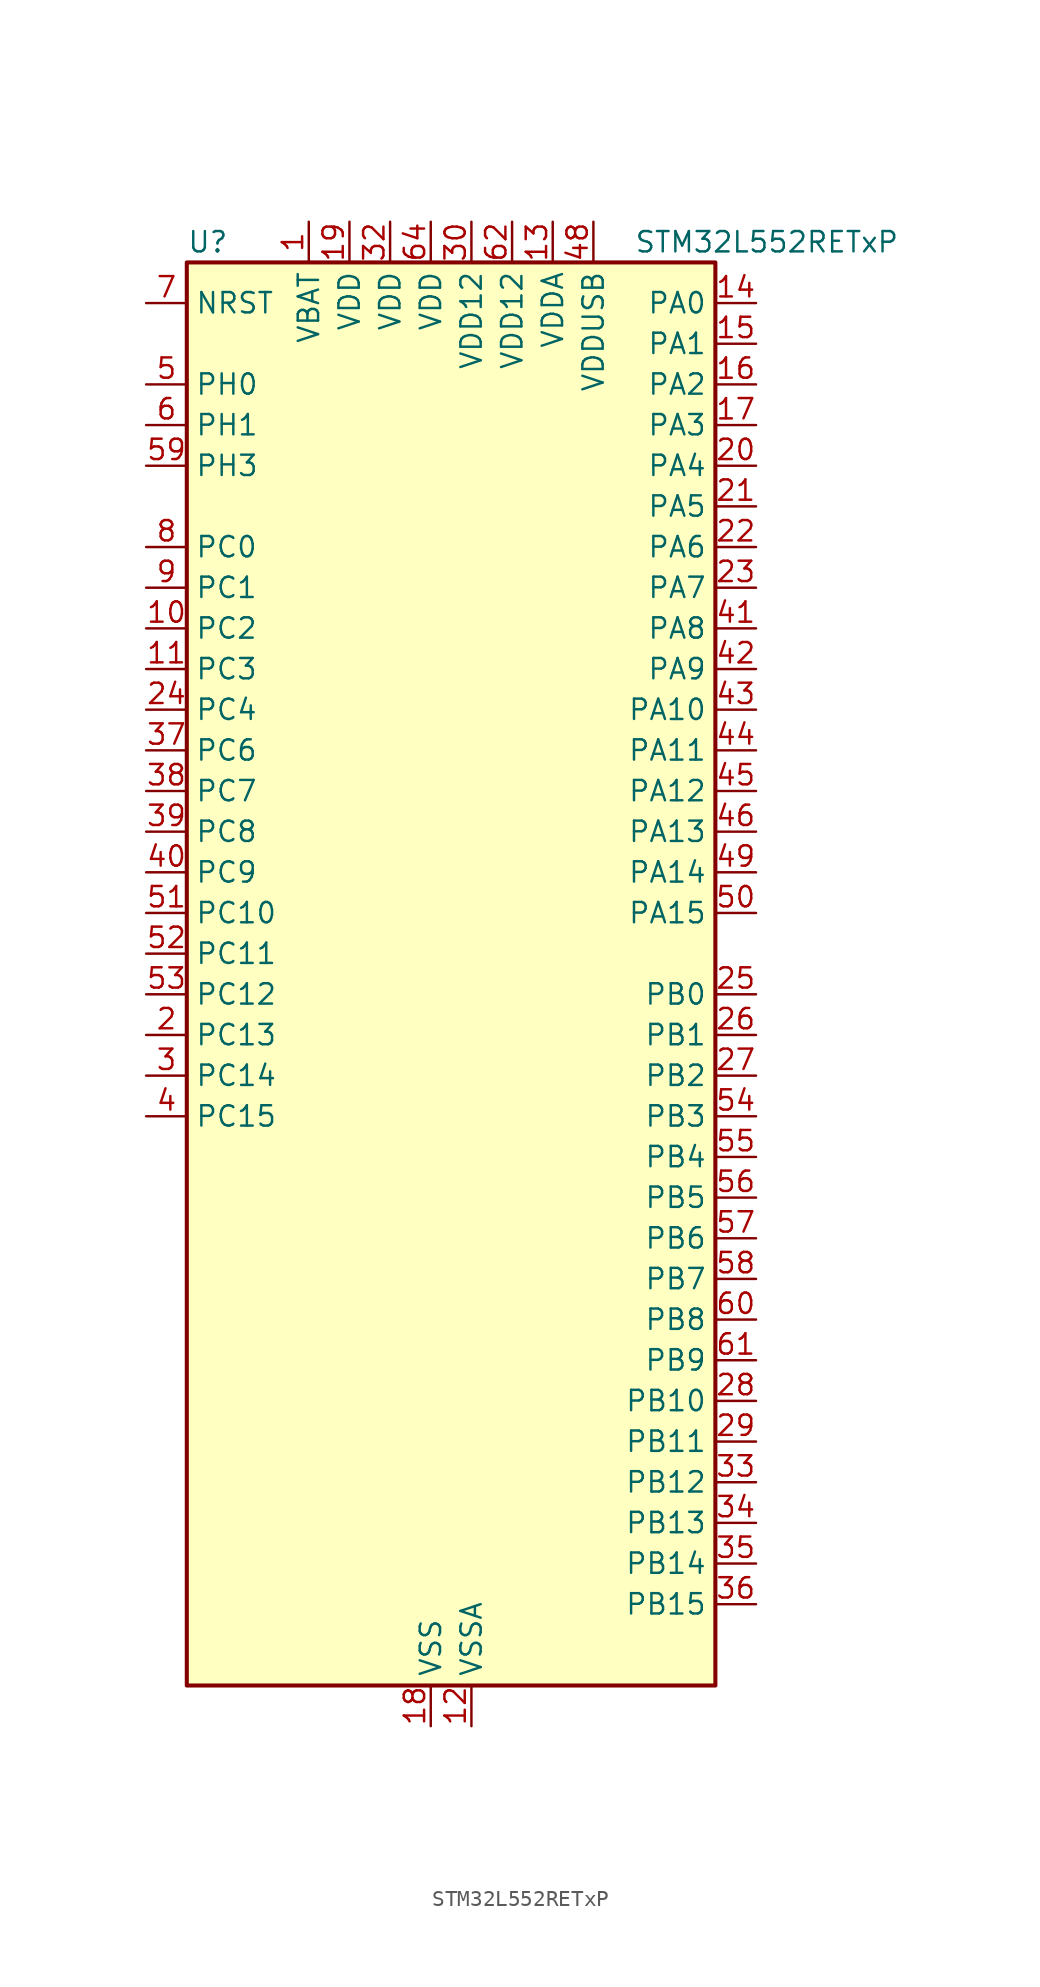
<source format=kicad_sym>
(kicad_symbol_lib
  (version 20220914)
  (generator kicad_symbol_editor)
  (symbol "STM32L552RETxP"
    (property "Reference" "U"
      (at -15.24 46.99 0)
      (effects (font (size 1.27 1.27)) (justify left)))
    (property "Value" "STM32L552RETxP"
      (at 12.7 46.99 0)
      (effects (font (size 1.27 1.27)) (justify left)))
    (property "ki_locked" ""
      (at 0 0 0)
      (effects (font (size 1.27 1.27))))
    (symbol "STM32L552RETxP_0_1"
      (rectangle (start -15.24 -43.18) (end 17.78 45.72) (stroke (width 0.254) (type default)) (fill (type background))))
    (symbol "STM32L552RETxP_1_1"
      (pin power_in line (at -7.62 48.26 270) (length 2.54) (name "VBAT" (effects (font (size 1.27 1.27)))) (number "1" (effects (font (size 1.27 1.27)))))
      (pin bidirectional line (at -17.78 22.86 0) (length 2.54) (name "PC2" (effects (font (size 1.27 1.27)))) (number "10" (effects (font (size 1.27 1.27)))) (alternate "ADC1_IN3" bidirectional line) (alternate "ADC2_IN3" bidirectional line) (alternate "DFSDM1_CKOUT" bidirectional line) (alternate "LPTIM1_IN2" bidirectional line) (alternate "OCTOSPI1_IO5" bidirectional line) (alternate "SPI2_MISO" bidirectional line))
      (pin bidirectional line (at -17.78 20.32 0) (length 2.54) (name "PC3" (effects (font (size 1.27 1.27)))) (number "11" (effects (font (size 1.27 1.27)))) (alternate "ADC1_IN4" bidirectional line) (alternate "ADC2_IN4" bidirectional line) (alternate "LPTIM1_ETR" bidirectional line) (alternate "LPTIM2_ETR" bidirectional line) (alternate "LPTIM3_OUT" bidirectional line) (alternate "OCTOSPI1_IO6" bidirectional line) (alternate "SAI1_D1" bidirectional line) (alternate "SAI1_SD_A" bidirectional line) (alternate "SPI2_MOSI" bidirectional line))
      (pin power_in line (at 2.54 -45.72 90) (length 2.54) (name "VSSA" (effects (font (size 1.27 1.27)))) (number "12" (effects (font (size 1.27 1.27)))))
      (pin power_in line (at 7.62 48.26 270) (length 2.54) (name "VDDA" (effects (font (size 1.27 1.27)))) (number "13" (effects (font (size 1.27 1.27)))))
      (pin bidirectional line (at 20.32 43.18 180) (length 2.54) (name "PA0" (effects (font (size 1.27 1.27)))) (number "14" (effects (font (size 1.27 1.27)))) (alternate "ADC1_IN5" bidirectional line) (alternate "ADC2_IN5" bidirectional line) (alternate "OPAMP1_VINP" bidirectional line) (alternate "PWR_WKUP1" bidirectional line) (alternate "SAI1_EXTCLK" bidirectional line) (alternate "TAMP_IN2" bidirectional line) (alternate "TAMP_OUT1" bidirectional line) (alternate "TIM2_CH1" bidirectional line) (alternate "TIM2_ETR" bidirectional line) (alternate "TIM5_CH1" bidirectional line) (alternate "TIM8_ETR" bidirectional line) (alternate "UART4_TX" bidirectional line) (alternate "USART2_CTS" bidirectional line) (alternate "USART2_NSS" bidirectional line))
      (pin bidirectional line (at 20.32 40.64 180) (length 2.54) (name "PA1" (effects (font (size 1.27 1.27)))) (number "15" (effects (font (size 1.27 1.27)))) (alternate "ADC1_IN6" bidirectional line) (alternate "ADC2_IN6" bidirectional line) (alternate "I2C1_SMBA" bidirectional line) (alternate "OCTOSPI1_DQS" bidirectional line) (alternate "OPAMP1_VINM" bidirectional line) (alternate "SPI1_SCK" bidirectional line) (alternate "TAMP_IN5" bidirectional line) (alternate "TAMP_OUT4" bidirectional line) (alternate "TIM15_CH1N" bidirectional line) (alternate "TIM2_CH2" bidirectional line) (alternate "TIM5_CH2" bidirectional line) (alternate "UART4_RX" bidirectional line) (alternate "USART2_DE" bidirectional line) (alternate "USART2_RTS" bidirectional line))
      (pin bidirectional line (at 20.32 38.1 180) (length 2.54) (name "PA2" (effects (font (size 1.27 1.27)))) (number "16" (effects (font (size 1.27 1.27)))) (alternate "ADC1_IN7" bidirectional line) (alternate "ADC2_IN7" bidirectional line) (alternate "COMP1_INP" bidirectional line) (alternate "LPUART1_TX" bidirectional line) (alternate "OCTOSPI1_NCS" bidirectional line) (alternate "PWR_WKUP4" bidirectional line) (alternate "RCC_LSCO" bidirectional line) (alternate "SAI2_EXTCLK" bidirectional line) (alternate "TIM15_CH1" bidirectional line) (alternate "TIM2_CH3" bidirectional line) (alternate "TIM5_CH3" bidirectional line) (alternate "UCPD1_FRSTX1" bidirectional line) (alternate "USART2_TX" bidirectional line))
      (pin bidirectional line (at 20.32 35.56 180) (length 2.54) (name "PA3" (effects (font (size 1.27 1.27)))) (number "17" (effects (font (size 1.27 1.27)))) (alternate "ADC1_IN8" bidirectional line) (alternate "ADC2_IN8" bidirectional line) (alternate "LPUART1_RX" bidirectional line) (alternate "OCTOSPI1_CLK" bidirectional line) (alternate "OPAMP1_VOUT" bidirectional line) (alternate "SAI1_CK1" bidirectional line) (alternate "SAI1_MCLK_A" bidirectional line) (alternate "TIM15_CH2" bidirectional line) (alternate "TIM2_CH4" bidirectional line) (alternate "TIM5_CH4" bidirectional line) (alternate "USART2_RX" bidirectional line))
      (pin power_in line (at 0 -45.72 90) (length 2.54) (name "VSS" (effects (font (size 1.27 1.27)))) (number "18" (effects (font (size 1.27 1.27)))))
      (pin power_in line (at -5.08 48.26 270) (length 2.54) (name "VDD" (effects (font (size 1.27 1.27)))) (number "19" (effects (font (size 1.27 1.27)))))
      (pin bidirectional line (at -17.78 -2.54 0) (length 2.54) (name "PC13" (effects (font (size 1.27 1.27)))) (number "2" (effects (font (size 1.27 1.27)))) (alternate "PWR_WKUP2" bidirectional line) (alternate "RTC_OUT1" bidirectional line) (alternate "RTC_TS" bidirectional line) (alternate "TAMP_IN1" bidirectional line) (alternate "TAMP_OUT2" bidirectional line))
      (pin bidirectional line (at 20.32 33.02 180) (length 2.54) (name "PA4" (effects (font (size 1.27 1.27)))) (number "20" (effects (font (size 1.27 1.27)))) (alternate "ADC1_IN9" bidirectional line) (alternate "ADC2_IN9" bidirectional line) (alternate "DAC1_OUT1" bidirectional line) (alternate "LPTIM2_OUT" bidirectional line) (alternate "OCTOSPI1_NCS" bidirectional line) (alternate "SAI1_FS_B" bidirectional line) (alternate "SPI1_NSS" bidirectional line) (alternate "SPI3_NSS" bidirectional line) (alternate "USART2_CK" bidirectional line))
      (pin bidirectional line (at 20.32 30.48 180) (length 2.54) (name "PA5" (effects (font (size 1.27 1.27)))) (number "21" (effects (font (size 1.27 1.27)))) (alternate "ADC1_IN10" bidirectional line) (alternate "ADC2_IN10" bidirectional line) (alternate "DAC1_OUT2" bidirectional line) (alternate "LPTIM2_ETR" bidirectional line) (alternate "SPI1_SCK" bidirectional line) (alternate "TIM2_CH1" bidirectional line) (alternate "TIM2_ETR" bidirectional line) (alternate "TIM8_CH1N" bidirectional line))
      (pin bidirectional line (at 20.32 27.94 180) (length 2.54) (name "PA6" (effects (font (size 1.27 1.27)))) (number "22" (effects (font (size 1.27 1.27)))) (alternate "ADC1_IN11" bidirectional line) (alternate "ADC2_IN11" bidirectional line) (alternate "LPUART1_CTS" bidirectional line) (alternate "OCTOSPI1_IO3" bidirectional line) (alternate "OPAMP2_VINP" bidirectional line) (alternate "SPI1_MISO" bidirectional line) (alternate "TIM16_CH1" bidirectional line) (alternate "TIM1_BKIN" bidirectional line) (alternate "TIM3_CH1" bidirectional line) (alternate "TIM8_BKIN" bidirectional line) (alternate "USART3_CTS" bidirectional line) (alternate "USART3_NSS" bidirectional line))
      (pin bidirectional line (at 20.32 25.4 180) (length 2.54) (name "PA7" (effects (font (size 1.27 1.27)))) (number "23" (effects (font (size 1.27 1.27)))) (alternate "ADC1_IN12" bidirectional line) (alternate "ADC2_IN12" bidirectional line) (alternate "I2C3_SCL" bidirectional line) (alternate "OCTOSPI1_IO2" bidirectional line) (alternate "OPAMP2_VINM" bidirectional line) (alternate "SPI1_MOSI" bidirectional line) (alternate "TIM17_CH1" bidirectional line) (alternate "TIM1_CH1N" bidirectional line) (alternate "TIM3_CH2" bidirectional line) (alternate "TIM8_CH1N" bidirectional line))
      (pin bidirectional line (at -17.78 17.78 0) (length 2.54) (name "PC4" (effects (font (size 1.27 1.27)))) (number "24" (effects (font (size 1.27 1.27)))) (alternate "ADC1_IN13" bidirectional line) (alternate "ADC2_IN13" bidirectional line) (alternate "COMP1_INM" bidirectional line) (alternate "OCTOSPI1_IO7" bidirectional line) (alternate "USART3_TX" bidirectional line))
      (pin bidirectional line (at 20.32 0 180) (length 2.54) (name "PB0" (effects (font (size 1.27 1.27)))) (number "25" (effects (font (size 1.27 1.27)))) (alternate "ADC1_IN15" bidirectional line) (alternate "ADC2_IN15" bidirectional line) (alternate "COMP1_OUT" bidirectional line) (alternate "OCTOSPI1_IO1" bidirectional line) (alternate "OPAMP2_VOUT" bidirectional line) (alternate "SAI1_EXTCLK" bidirectional line) (alternate "SPI1_NSS" bidirectional line) (alternate "TIM1_CH2N" bidirectional line) (alternate "TIM3_CH3" bidirectional line) (alternate "TIM8_CH2N" bidirectional line) (alternate "USART3_CK" bidirectional line))
      (pin bidirectional line (at 20.32 -2.54 180) (length 2.54) (name "PB1" (effects (font (size 1.27 1.27)))) (number "26" (effects (font (size 1.27 1.27)))) (alternate "ADC1_IN16" bidirectional line) (alternate "ADC2_IN16" bidirectional line) (alternate "COMP1_INM" bidirectional line) (alternate "DFSDM1_DATIN0" bidirectional line) (alternate "LPTIM2_IN1" bidirectional line) (alternate "LPUART1_DE" bidirectional line) (alternate "LPUART1_RTS" bidirectional line) (alternate "OCTOSPI1_IO0" bidirectional line) (alternate "TIM1_CH3N" bidirectional line) (alternate "TIM3_CH4" bidirectional line) (alternate "TIM8_CH3N" bidirectional line) (alternate "USART3_DE" bidirectional line) (alternate "USART3_RTS" bidirectional line))
      (pin bidirectional line (at 20.32 -5.08 180) (length 2.54) (name "PB2" (effects (font (size 1.27 1.27)))) (number "27" (effects (font (size 1.27 1.27)))) (alternate "COMP1_INP" bidirectional line) (alternate "DFSDM1_CKIN0" bidirectional line) (alternate "I2C3_SMBA" bidirectional line) (alternate "LPTIM1_OUT" bidirectional line) (alternate "OCTOSPI1_DQS" bidirectional line) (alternate "RTC_OUT2" bidirectional line) (alternate "UCPD1_FRSTX1" bidirectional line))
      (pin bidirectional line (at 20.32 -25.4 180) (length 2.54) (name "PB10" (effects (font (size 1.27 1.27)))) (number "28" (effects (font (size 1.27 1.27)))) (alternate "COMP1_OUT" bidirectional line) (alternate "I2C2_SCL" bidirectional line) (alternate "I2C4_SCL" bidirectional line) (alternate "LPTIM3_OUT" bidirectional line) (alternate "LPUART1_RX" bidirectional line) (alternate "OCTOSPI1_CLK" bidirectional line) (alternate "SAI1_SCK_A" bidirectional line) (alternate "SPI2_SCK" bidirectional line) (alternate "TIM2_CH3" bidirectional line) (alternate "TSC_SYNC" bidirectional line) (alternate "USART3_TX" bidirectional line))
      (pin bidirectional line (at 20.32 -27.94 180) (length 2.54) (name "PB11" (effects (font (size 1.27 1.27)))) (number "29" (effects (font (size 1.27 1.27)))) (alternate "ADC1_EXTI11" bidirectional line) (alternate "ADC2_EXTI11" bidirectional line) (alternate "COMP2_OUT" bidirectional line) (alternate "I2C2_SDA" bidirectional line) (alternate "I2C4_SDA" bidirectional line) (alternate "LPUART1_TX" bidirectional line) (alternate "OCTOSPI1_NCS" bidirectional line) (alternate "TIM2_CH4" bidirectional line) (alternate "USART3_RX" bidirectional line))
      (pin bidirectional line (at -17.78 -5.08 0) (length 2.54) (name "PC14" (effects (font (size 1.27 1.27)))) (number "3" (effects (font (size 1.27 1.27)))) (alternate "RCC_OSC32_IN" bidirectional line))
      (pin power_in line (at 2.54 48.26 270) (length 2.54) (name "VDD12" (effects (font (size 1.27 1.27)))) (number "30" (effects (font (size 1.27 1.27)))))
      (pin passive line (at 0 -45.72 90) (length 2.54) hide (name "VSS" (effects (font (size 1.27 1.27)))) (number "31" (effects (font (size 1.27 1.27)))))
      (pin power_in line (at -2.54 48.26 270) (length 2.54) (name "VDD" (effects (font (size 1.27 1.27)))) (number "32" (effects (font (size 1.27 1.27)))))
      (pin bidirectional line (at 20.32 -30.48 180) (length 2.54) (name "PB12" (effects (font (size 1.27 1.27)))) (number "33" (effects (font (size 1.27 1.27)))) (alternate "DFSDM1_DATIN1" bidirectional line) (alternate "I2C2_SMBA" bidirectional line) (alternate "LPUART1_DE" bidirectional line) (alternate "LPUART1_RTS" bidirectional line) (alternate "OCTOSPI1_NCLK" bidirectional line) (alternate "SAI2_FS_A" bidirectional line) (alternate "SPI2_NSS" bidirectional line) (alternate "TIM15_BKIN" bidirectional line) (alternate "TIM1_BKIN" bidirectional line) (alternate "TSC_G1_IO1" bidirectional line) (alternate "USART3_CK" bidirectional line))
      (pin bidirectional line (at 20.32 -33.02 180) (length 2.54) (name "PB13" (effects (font (size 1.27 1.27)))) (number "34" (effects (font (size 1.27 1.27)))) (alternate "DFSDM1_CKIN1" bidirectional line) (alternate "I2C2_SCL" bidirectional line) (alternate "LPTIM3_IN1" bidirectional line) (alternate "LPUART1_CTS" bidirectional line) (alternate "SAI2_SCK_A" bidirectional line) (alternate "SPI2_SCK" bidirectional line) (alternate "TIM15_CH1N" bidirectional line) (alternate "TIM1_CH1N" bidirectional line) (alternate "TSC_G1_IO2" bidirectional line) (alternate "UCPD1_FRSTX2" bidirectional line) (alternate "USART3_CTS" bidirectional line) (alternate "USART3_NSS" bidirectional line))
      (pin bidirectional line (at 20.32 -35.56 180) (length 2.54) (name "PB14" (effects (font (size 1.27 1.27)))) (number "35" (effects (font (size 1.27 1.27)))) (alternate "DFSDM1_DATIN2" bidirectional line) (alternate "I2C2_SDA" bidirectional line) (alternate "LPTIM3_ETR" bidirectional line) (alternate "SAI2_MCLK_A" bidirectional line) (alternate "SPI2_MISO" bidirectional line) (alternate "TIM15_CH1" bidirectional line) (alternate "TIM1_CH2N" bidirectional line) (alternate "TIM8_CH2N" bidirectional line) (alternate "TSC_G1_IO3" bidirectional line) (alternate "UCPD1_DBCC2" bidirectional line) (alternate "USART3_DE" bidirectional line) (alternate "USART3_RTS" bidirectional line))
      (pin bidirectional line (at 20.32 -38.1 180) (length 2.54) (name "PB15" (effects (font (size 1.27 1.27)))) (number "36" (effects (font (size 1.27 1.27)))) (alternate "ADC1_EXTI15" bidirectional line) (alternate "ADC2_EXTI15" bidirectional line) (alternate "DFSDM1_CKIN2" bidirectional line) (alternate "RTC_REFIN" bidirectional line) (alternate "SAI2_SD_A" bidirectional line) (alternate "SPI2_MOSI" bidirectional line) (alternate "TIM15_CH2" bidirectional line) (alternate "TIM1_CH3N" bidirectional line) (alternate "TIM8_CH3N" bidirectional line) (alternate "UCPD1_CC2" bidirectional line))
      (pin bidirectional line (at -17.78 15.24 0) (length 2.54) (name "PC6" (effects (font (size 1.27 1.27)))) (number "37" (effects (font (size 1.27 1.27)))) (alternate "DFSDM1_CKIN3" bidirectional line) (alternate "SAI2_MCLK_A" bidirectional line) (alternate "TIM3_CH1" bidirectional line) (alternate "TIM8_CH1" bidirectional line) (alternate "TSC_G4_IO1" bidirectional line))
      (pin bidirectional line (at -17.78 12.7 0) (length 2.54) (name "PC7" (effects (font (size 1.27 1.27)))) (number "38" (effects (font (size 1.27 1.27)))) (alternate "DFSDM1_DATIN3" bidirectional line) (alternate "SAI2_MCLK_B" bidirectional line) (alternate "TIM3_CH2" bidirectional line) (alternate "TIM8_CH2" bidirectional line) (alternate "TSC_G4_IO2" bidirectional line))
      (pin bidirectional line (at -17.78 10.16 0) (length 2.54) (name "PC8" (effects (font (size 1.27 1.27)))) (number "39" (effects (font (size 1.27 1.27)))) (alternate "TIM3_CH3" bidirectional line) (alternate "TIM8_CH3" bidirectional line) (alternate "TSC_G4_IO3" bidirectional line))
      (pin bidirectional line (at -17.78 -7.62 0) (length 2.54) (name "PC15" (effects (font (size 1.27 1.27)))) (number "4" (effects (font (size 1.27 1.27)))) (alternate "ADC1_EXTI15" bidirectional line) (alternate "ADC2_EXTI15" bidirectional line) (alternate "RCC_OSC32_OUT" bidirectional line))
      (pin bidirectional line (at -17.78 7.62 0) (length 2.54) (name "PC9" (effects (font (size 1.27 1.27)))) (number "40" (effects (font (size 1.27 1.27)))) (alternate "DAC1_EXTI9" bidirectional line) (alternate "DEBUG_TRACED0" bidirectional line) (alternate "SAI2_EXTCLK" bidirectional line) (alternate "TIM3_CH4" bidirectional line) (alternate "TIM8_BKIN2" bidirectional line) (alternate "TIM8_CH4" bidirectional line) (alternate "TSC_G4_IO4" bidirectional line) (alternate "USB_NOE" bidirectional line))
      (pin bidirectional line (at 20.32 22.86 180) (length 2.54) (name "PA8" (effects (font (size 1.27 1.27)))) (number "41" (effects (font (size 1.27 1.27)))) (alternate "LPTIM2_OUT" bidirectional line) (alternate "RCC_MCO" bidirectional line) (alternate "SAI1_CK2" bidirectional line) (alternate "SAI1_SCK_A" bidirectional line) (alternate "TIM1_CH1" bidirectional line) (alternate "USART1_CK" bidirectional line))
      (pin bidirectional line (at 20.32 20.32 180) (length 2.54) (name "PA9" (effects (font (size 1.27 1.27)))) (number "42" (effects (font (size 1.27 1.27)))) (alternate "DAC1_EXTI9" bidirectional line) (alternate "SAI1_FS_A" bidirectional line) (alternate "SPI2_SCK" bidirectional line) (alternate "TIM15_BKIN" bidirectional line) (alternate "TIM1_CH2" bidirectional line) (alternate "USART1_TX" bidirectional line))
      (pin bidirectional line (at 20.32 17.78 180) (length 2.54) (name "PA10" (effects (font (size 1.27 1.27)))) (number "43" (effects (font (size 1.27 1.27)))) (alternate "CRS_SYNC" bidirectional line) (alternate "SAI1_D1" bidirectional line) (alternate "SAI1_SD_A" bidirectional line) (alternate "TIM17_BKIN" bidirectional line) (alternate "TIM1_CH3" bidirectional line) (alternate "USART1_RX" bidirectional line))
      (pin bidirectional line (at 20.32 15.24 180) (length 2.54) (name "PA11" (effects (font (size 1.27 1.27)))) (number "44" (effects (font (size 1.27 1.27)))) (alternate "ADC1_EXTI11" bidirectional line) (alternate "ADC2_EXTI11" bidirectional line) (alternate "FDCAN1_RX" bidirectional line) (alternate "SPI1_MISO" bidirectional line) (alternate "TIM1_BKIN2" bidirectional line) (alternate "TIM1_CH4" bidirectional line) (alternate "USART1_CTS" bidirectional line) (alternate "USART1_NSS" bidirectional line) (alternate "USB_DM" bidirectional line))
      (pin bidirectional line (at 20.32 12.7 180) (length 2.54) (name "PA12" (effects (font (size 1.27 1.27)))) (number "45" (effects (font (size 1.27 1.27)))) (alternate "FDCAN1_TX" bidirectional line) (alternate "SPI1_MOSI" bidirectional line) (alternate "TIM1_ETR" bidirectional line) (alternate "USART1_DE" bidirectional line) (alternate "USART1_RTS" bidirectional line) (alternate "USB_DP" bidirectional line))
      (pin bidirectional line (at 20.32 10.16 180) (length 2.54) (name "PA13" (effects (font (size 1.27 1.27)))) (number "46" (effects (font (size 1.27 1.27)))) (alternate "DEBUG_JTMS-SWDIO" bidirectional line) (alternate "IR_OUT" bidirectional line) (alternate "SAI1_SD_B" bidirectional line) (alternate "USB_NOE" bidirectional line))
      (pin passive line (at 0 -45.72 90) (length 2.54) hide (name "VSS" (effects (font (size 1.27 1.27)))) (number "47" (effects (font (size 1.27 1.27)))))
      (pin power_in line (at 10.16 48.26 270) (length 2.54) (name "VDDUSB" (effects (font (size 1.27 1.27)))) (number "48" (effects (font (size 1.27 1.27)))))
      (pin bidirectional line (at 20.32 7.62 180) (length 2.54) (name "PA14" (effects (font (size 1.27 1.27)))) (number "49" (effects (font (size 1.27 1.27)))) (alternate "DEBUG_JTCK-SWCLK" bidirectional line) (alternate "I2C1_SMBA" bidirectional line) (alternate "I2C4_SMBA" bidirectional line) (alternate "LPTIM1_OUT" bidirectional line) (alternate "SAI1_FS_B" bidirectional line))
      (pin bidirectional line (at -17.78 38.1 0) (length 2.54) (name "PH0" (effects (font (size 1.27 1.27)))) (number "5" (effects (font (size 1.27 1.27)))) (alternate "RCC_OSC_IN" bidirectional line))
      (pin bidirectional line (at 20.32 5.08 180) (length 2.54) (name "PA15" (effects (font (size 1.27 1.27)))) (number "50" (effects (font (size 1.27 1.27)))) (alternate "ADC1_EXTI15" bidirectional line) (alternate "ADC2_EXTI15" bidirectional line) (alternate "DEBUG_JTDI" bidirectional line) (alternate "SAI2_FS_B" bidirectional line) (alternate "SPI1_NSS" bidirectional line) (alternate "SPI3_NSS" bidirectional line) (alternate "TIM2_CH1" bidirectional line) (alternate "TIM2_ETR" bidirectional line) (alternate "UART4_DE" bidirectional line) (alternate "UART4_RTS" bidirectional line) (alternate "UCPD1_CC1" bidirectional line) (alternate "USART2_RX" bidirectional line) (alternate "USART3_DE" bidirectional line) (alternate "USART3_RTS" bidirectional line))
      (pin bidirectional line (at -17.78 5.08 0) (length 2.54) (name "PC10" (effects (font (size 1.27 1.27)))) (number "51" (effects (font (size 1.27 1.27)))) (alternate "DEBUG_TRACED1" bidirectional line) (alternate "LPTIM3_ETR" bidirectional line) (alternate "SAI2_SCK_B" bidirectional line) (alternate "SPI3_SCK" bidirectional line) (alternate "TSC_G3_IO2" bidirectional line) (alternate "UART4_TX" bidirectional line) (alternate "USART3_TX" bidirectional line))
      (pin bidirectional line (at -17.78 2.54 0) (length 2.54) (name "PC11" (effects (font (size 1.27 1.27)))) (number "52" (effects (font (size 1.27 1.27)))) (alternate "ADC1_EXTI11" bidirectional line) (alternate "ADC2_EXTI11" bidirectional line) (alternate "LPTIM3_IN1" bidirectional line) (alternate "OCTOSPI1_NCS" bidirectional line) (alternate "SAI2_MCLK_B" bidirectional line) (alternate "SPI3_MISO" bidirectional line) (alternate "TSC_G3_IO3" bidirectional line) (alternate "UART4_RX" bidirectional line) (alternate "UCPD1_FRSTX2" bidirectional line) (alternate "USART3_RX" bidirectional line))
      (pin bidirectional line (at -17.78 0 0) (length 2.54) (name "PC12" (effects (font (size 1.27 1.27)))) (number "53" (effects (font (size 1.27 1.27)))) (alternate "DEBUG_TRACED3" bidirectional line) (alternate "SAI2_SD_B" bidirectional line) (alternate "SPI3_MOSI" bidirectional line) (alternate "TSC_G3_IO4" bidirectional line) (alternate "UART5_TX" bidirectional line) (alternate "USART3_CK" bidirectional line))
      (pin bidirectional line (at 20.32 -7.62 180) (length 2.54) (name "PB3" (effects (font (size 1.27 1.27)))) (number "54" (effects (font (size 1.27 1.27)))) (alternate "COMP2_INM" bidirectional line) (alternate "CRS_SYNC" bidirectional line) (alternate "DEBUG_JTDO-SWO" bidirectional line) (alternate "SAI1_SCK_B" bidirectional line) (alternate "SPI1_SCK" bidirectional line) (alternate "SPI3_SCK" bidirectional line) (alternate "TIM2_CH2" bidirectional line) (alternate "USART1_DE" bidirectional line) (alternate "USART1_RTS" bidirectional line))
      (pin bidirectional line (at 20.32 -10.16 180) (length 2.54) (name "PB4" (effects (font (size 1.27 1.27)))) (number "55" (effects (font (size 1.27 1.27)))) (alternate "COMP2_INP" bidirectional line) (alternate "DEBUG_JTRST" bidirectional line) (alternate "I2C3_SDA" bidirectional line) (alternate "SAI1_MCLK_B" bidirectional line) (alternate "SPI1_MISO" bidirectional line) (alternate "SPI3_MISO" bidirectional line) (alternate "TIM17_BKIN" bidirectional line) (alternate "TIM3_CH1" bidirectional line) (alternate "TSC_G2_IO1" bidirectional line) (alternate "UART5_DE" bidirectional line) (alternate "UART5_RTS" bidirectional line) (alternate "USART1_CTS" bidirectional line) (alternate "USART1_NSS" bidirectional line))
      (pin bidirectional line (at 20.32 -12.7 180) (length 2.54) (name "PB5" (effects (font (size 1.27 1.27)))) (number "56" (effects (font (size 1.27 1.27)))) (alternate "COMP2_OUT" bidirectional line) (alternate "I2C1_SMBA" bidirectional line) (alternate "LPTIM1_IN1" bidirectional line) (alternate "OCTOSPI1_NCLK" bidirectional line) (alternate "SAI1_SD_B" bidirectional line) (alternate "SPI1_MOSI" bidirectional line) (alternate "SPI3_MOSI" bidirectional line) (alternate "TIM16_BKIN" bidirectional line) (alternate "TIM3_CH2" bidirectional line) (alternate "TSC_G2_IO2" bidirectional line) (alternate "UART5_CTS" bidirectional line) (alternate "UCPD1_DBCC1" bidirectional line) (alternate "USART1_CK" bidirectional line))
      (pin bidirectional line (at 20.32 -15.24 180) (length 2.54) (name "PB6" (effects (font (size 1.27 1.27)))) (number "57" (effects (font (size 1.27 1.27)))) (alternate "COMP2_INP" bidirectional line) (alternate "I2C1_SCL" bidirectional line) (alternate "I2C4_SCL" bidirectional line) (alternate "LPTIM1_ETR" bidirectional line) (alternate "SAI1_FS_B" bidirectional line) (alternate "TIM16_CH1N" bidirectional line) (alternate "TIM4_CH1" bidirectional line) (alternate "TIM8_BKIN2" bidirectional line) (alternate "TSC_G2_IO3" bidirectional line) (alternate "USART1_TX" bidirectional line))
      (pin bidirectional line (at 20.32 -17.78 180) (length 2.54) (name "PB7" (effects (font (size 1.27 1.27)))) (number "58" (effects (font (size 1.27 1.27)))) (alternate "COMP2_INM" bidirectional line) (alternate "I2C1_SDA" bidirectional line) (alternate "I2C4_SDA" bidirectional line) (alternate "LPTIM1_IN2" bidirectional line) (alternate "PWR_PVD_IN" bidirectional line) (alternate "TIM17_CH1N" bidirectional line) (alternate "TIM4_CH2" bidirectional line) (alternate "TIM8_BKIN" bidirectional line) (alternate "TSC_G2_IO4" bidirectional line) (alternate "UART4_CTS" bidirectional line) (alternate "USART1_RX" bidirectional line))
      (pin bidirectional line (at -17.78 33.02 0) (length 2.54) (name "PH3" (effects (font (size 1.27 1.27)))) (number "59" (effects (font (size 1.27 1.27)))))
      (pin bidirectional line (at -17.78 35.56 0) (length 2.54) (name "PH1" (effects (font (size 1.27 1.27)))) (number "6" (effects (font (size 1.27 1.27)))) (alternate "RCC_OSC_OUT" bidirectional line))
      (pin bidirectional line (at 20.32 -20.32 180) (length 2.54) (name "PB8" (effects (font (size 1.27 1.27)))) (number "60" (effects (font (size 1.27 1.27)))) (alternate "DFSDM1_CKOUT" bidirectional line) (alternate "FDCAN1_RX" bidirectional line) (alternate "I2C1_SCL" bidirectional line) (alternate "SAI1_CK1" bidirectional line) (alternate "SAI1_MCLK_A" bidirectional line) (alternate "TIM16_CH1" bidirectional line) (alternate "TIM4_CH3" bidirectional line))
      (pin bidirectional line (at 20.32 -22.86 180) (length 2.54) (name "PB9" (effects (font (size 1.27 1.27)))) (number "61" (effects (font (size 1.27 1.27)))) (alternate "DAC1_EXTI9" bidirectional line) (alternate "FDCAN1_TX" bidirectional line) (alternate "I2C1_SDA" bidirectional line) (alternate "IR_OUT" bidirectional line) (alternate "SAI1_D2" bidirectional line) (alternate "SAI1_FS_A" bidirectional line) (alternate "SPI2_NSS" bidirectional line) (alternate "TIM17_CH1" bidirectional line) (alternate "TIM4_CH4" bidirectional line))
      (pin power_in line (at 5.08 48.26 270) (length 2.54) (name "VDD12" (effects (font (size 1.27 1.27)))) (number "62" (effects (font (size 1.27 1.27)))))
      (pin passive line (at 0 -45.72 90) (length 2.54) hide (name "VSS" (effects (font (size 1.27 1.27)))) (number "63" (effects (font (size 1.27 1.27)))))
      (pin power_in line (at 0 48.26 270) (length 2.54) (name "VDD" (effects (font (size 1.27 1.27)))) (number "64" (effects (font (size 1.27 1.27)))))
      (pin input line (at -17.78 43.18 0) (length 2.54) (name "NRST" (effects (font (size 1.27 1.27)))) (number "7" (effects (font (size 1.27 1.27)))))
      (pin bidirectional line (at -17.78 27.94 0) (length 2.54) (name "PC0" (effects (font (size 1.27 1.27)))) (number "8" (effects (font (size 1.27 1.27)))) (alternate "ADC1_IN1" bidirectional line) (alternate "ADC2_IN1" bidirectional line) (alternate "I2C3_SCL" bidirectional line) (alternate "LPTIM1_IN1" bidirectional line) (alternate "LPTIM2_IN1" bidirectional line) (alternate "LPUART1_RX" bidirectional line) (alternate "OCTOSPI1_IO7" bidirectional line) (alternate "SAI2_FS_A" bidirectional line))
      (pin bidirectional line (at -17.78 25.4 0) (length 2.54) (name "PC1" (effects (font (size 1.27 1.27)))) (number "9" (effects (font (size 1.27 1.27)))) (alternate "ADC1_IN2" bidirectional line) (alternate "ADC2_IN2" bidirectional line) (alternate "DEBUG_TRACED0" bidirectional line) (alternate "I2C3_SDA" bidirectional line) (alternate "LPTIM1_OUT" bidirectional line) (alternate "LPUART1_TX" bidirectional line) (alternate "OCTOSPI1_IO4" bidirectional line) (alternate "SAI1_SD_A" bidirectional line) (alternate "SPI2_MOSI" bidirectional line)))))
</source>
